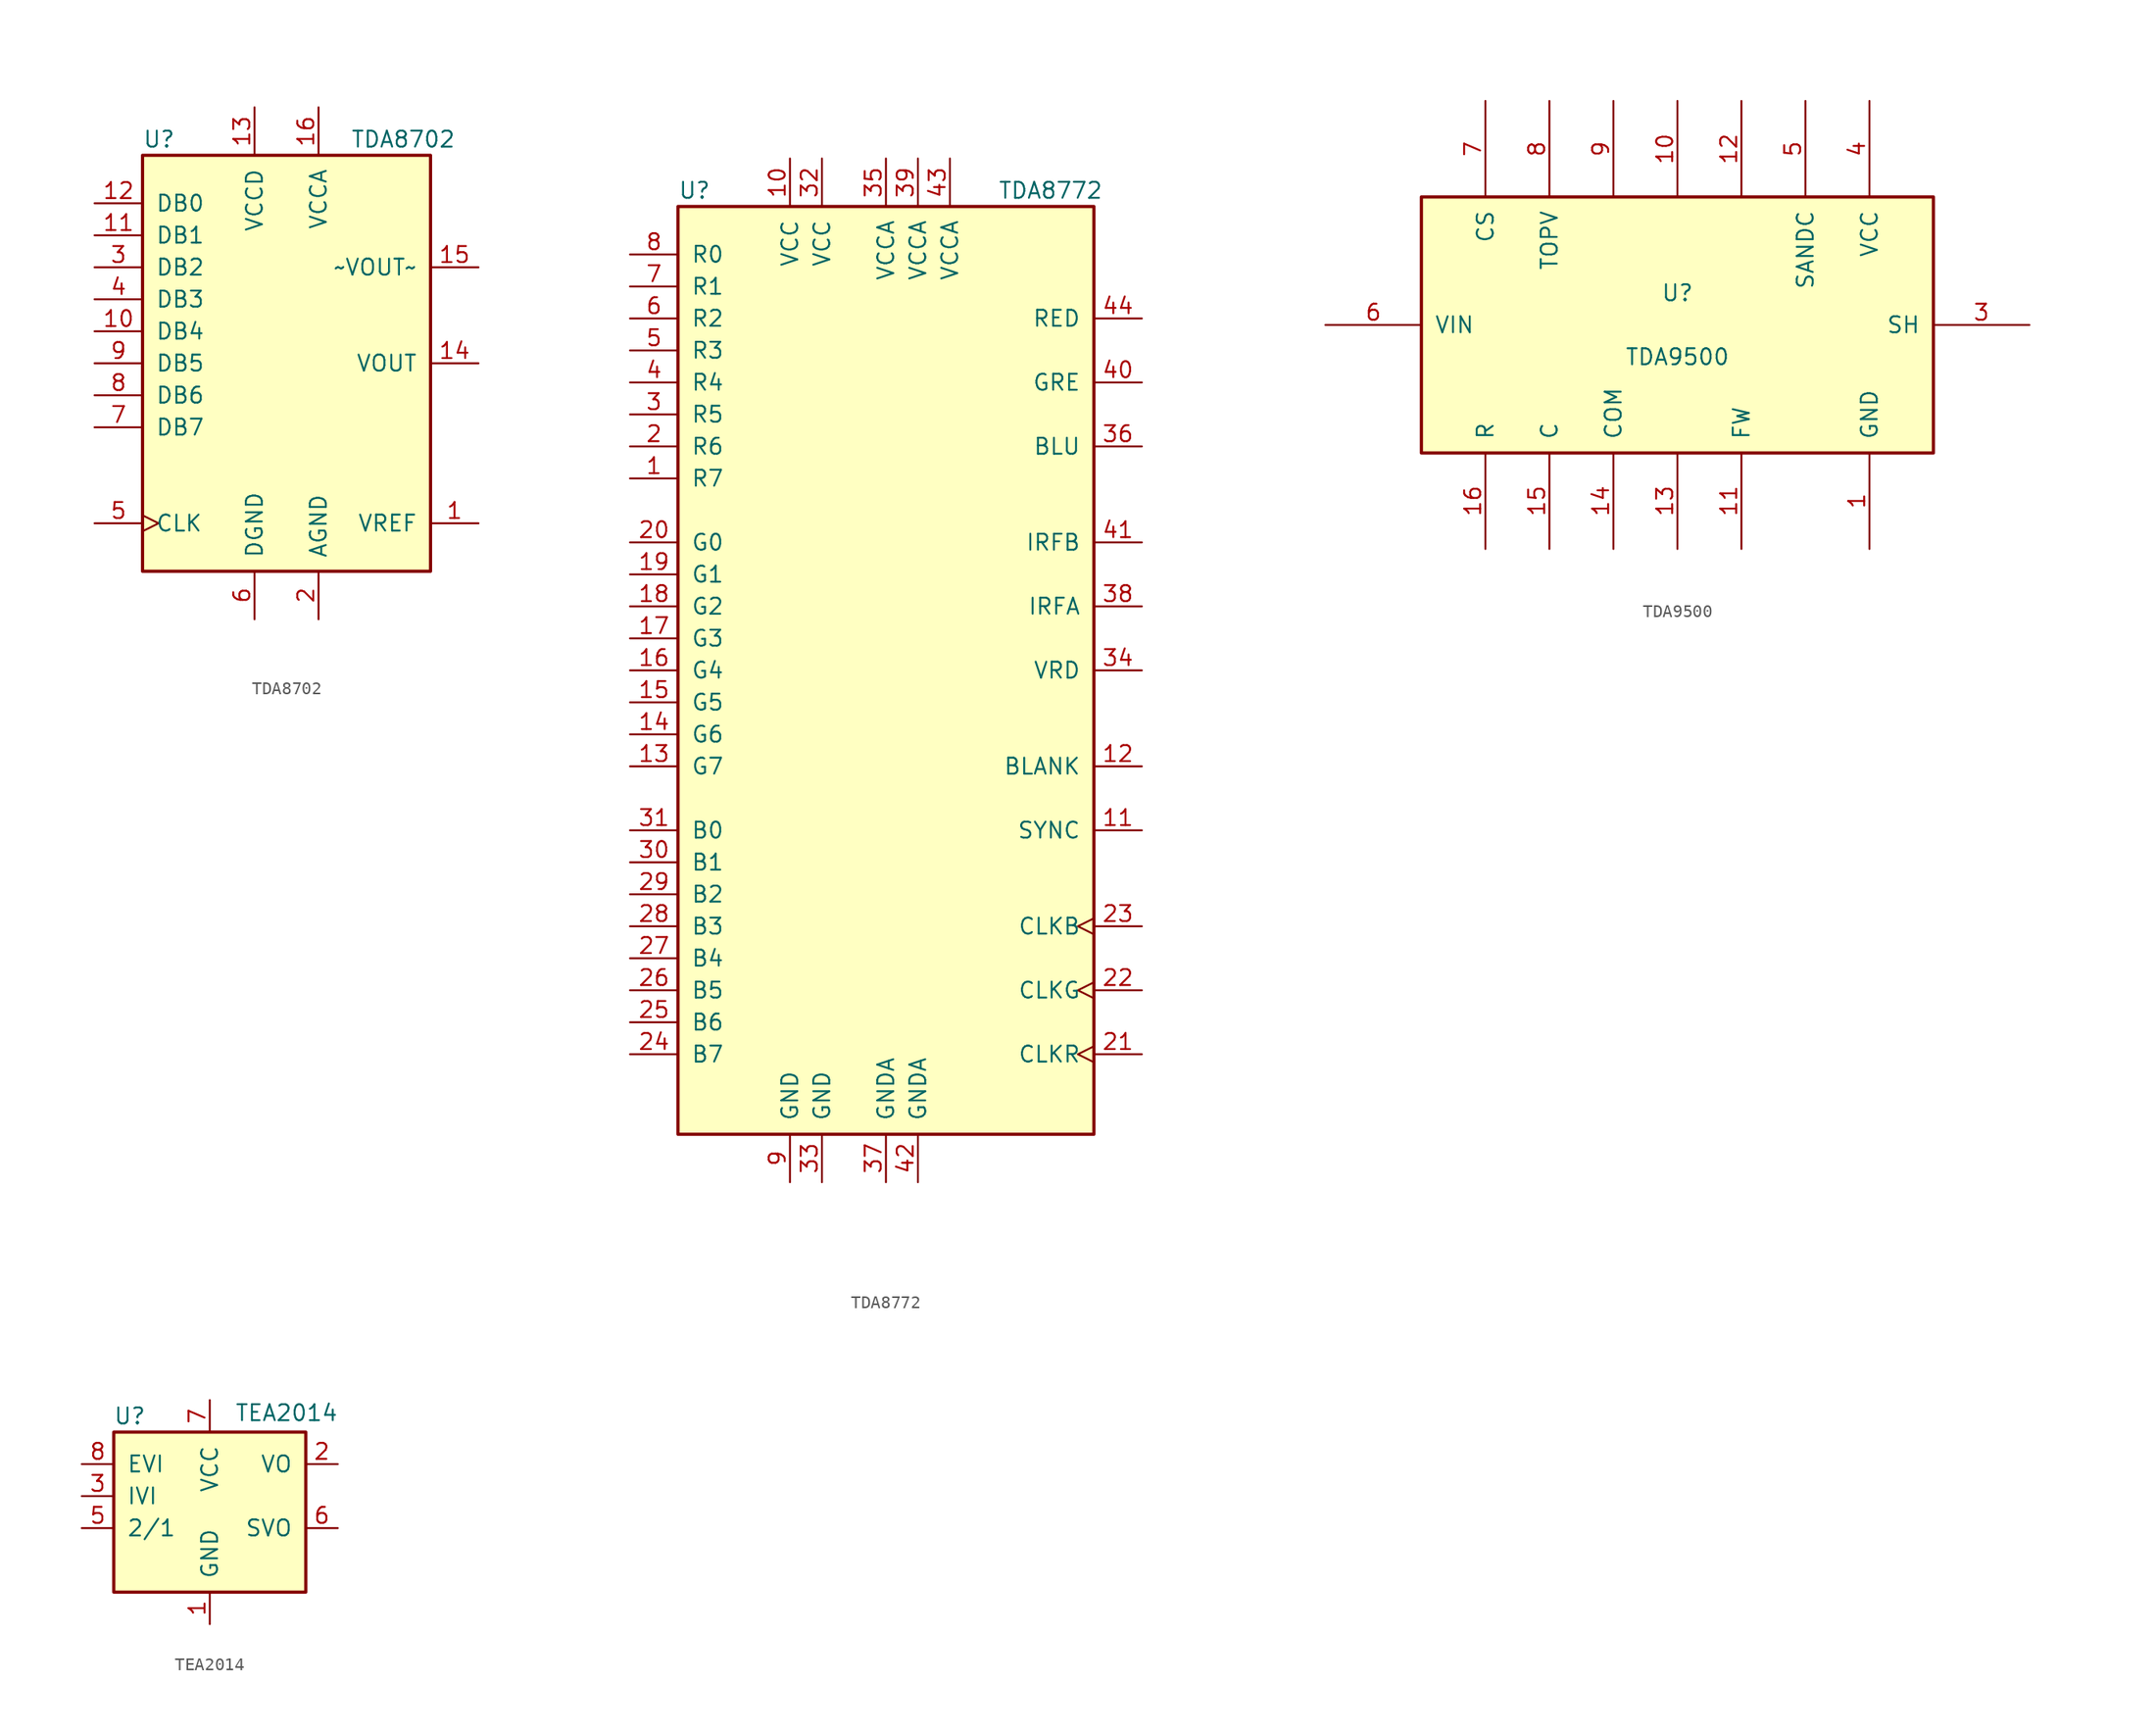
<source format=kicad_sym>
(kicad_symbol_lib
  (version 20241209)
  (generator "kicad_symbol_editor")
  (generator_version "9.0")
  (symbol "TDA8702"
    (pin_names
      (offset 1.016))
    (property "Reference" "U"
      (at -11.43 17.78 0)
      (effects (font (size 1.27 1.27)) (justify left)))
    (property "Value" "TDA8702"
      (at 5.08 17.78 0)
      (effects (font (size 1.27 1.27)) (justify left)))
    (symbol "TDA8702_0_1"
      (rectangle (start -11.43 16.51) (end 11.43 -16.51) (stroke (width 0.254) (type default)) (fill (type background))))
    (symbol "TDA8702_1_1"
      (pin input line (at -15.24 12.7 0) (length 3.81) (name "DB0" (effects (font (size 1.27 1.27)))) (number "12" (effects (font (size 1.27 1.27)))))
      (pin input line (at -15.24 10.16 0) (length 3.81) (name "DB1" (effects (font (size 1.27 1.27)))) (number "11" (effects (font (size 1.27 1.27)))))
      (pin input line (at -15.24 7.62 0) (length 3.81) (name "DB2" (effects (font (size 1.27 1.27)))) (number "3" (effects (font (size 1.27 1.27)))))
      (pin input line (at -15.24 5.08 0) (length 3.81) (name "DB3" (effects (font (size 1.27 1.27)))) (number "4" (effects (font (size 1.27 1.27)))))
      (pin input line (at -15.24 2.54 0) (length 3.81) (name "DB4" (effects (font (size 1.27 1.27)))) (number "10" (effects (font (size 1.27 1.27)))))
      (pin input line (at -15.24 0 0) (length 3.81) (name "DB5" (effects (font (size 1.27 1.27)))) (number "9" (effects (font (size 1.27 1.27)))))
      (pin input line (at -15.24 -2.54 0) (length 3.81) (name "DB6" (effects (font (size 1.27 1.27)))) (number "8" (effects (font (size 1.27 1.27)))))
      (pin input line (at -15.24 -5.08 0) (length 3.81) (name "DB7" (effects (font (size 1.27 1.27)))) (number "7" (effects (font (size 1.27 1.27)))))
      (pin input clock (at -15.24 -12.7 0) (length 3.81) (name "CLK" (effects (font (size 1.27 1.27)))) (number "5" (effects (font (size 1.27 1.27)))))
      (pin power_in line (at -2.54 20.32 270) (length 3.81) (name "VCCD" (effects (font (size 1.27 1.27)))) (number "13" (effects (font (size 1.27 1.27)))))
      (pin power_in line (at -2.54 -20.32 90) (length 3.81) (name "DGND" (effects (font (size 1.27 1.27)))) (number "6" (effects (font (size 1.27 1.27)))))
      (pin power_in line (at 2.54 20.32 270) (length 3.81) (name "VCCA" (effects (font (size 1.27 1.27)))) (number "16" (effects (font (size 1.27 1.27)))))
      (pin power_in line (at 2.54 -20.32 90) (length 3.81) (name "AGND" (effects (font (size 1.27 1.27)))) (number "2" (effects (font (size 1.27 1.27)))))
      (pin output line (at 15.24 7.62 180) (length 3.81) (name "~VOUT~" (effects (font (size 1.27 1.27)))) (number "15" (effects (font (size 1.27 1.27)))))
      (pin output line (at 15.24 0 180) (length 3.81) (name "VOUT" (effects (font (size 1.27 1.27)))) (number "14" (effects (font (size 1.27 1.27)))))
      (pin bidirectional line (at 15.24 -12.7 180) (length 3.81) (name "VREF" (effects (font (size 1.27 1.27)))) (number "1" (effects (font (size 1.27 1.27)))))))
  (symbol "TDA8772"
    (pin_names
      (offset 1.016))
    (property "Reference" "U"
      (at -16.51 38.1 0)
      (effects (font (size 1.27 1.27)) (justify left)))
    (property "Value" "TDA8772"
      (at 8.89 38.1 0)
      (effects (font (size 1.27 1.27)) (justify left)))
    (symbol "TDA8772_0_1"
      (rectangle (start -16.51 -36.83) (end 16.51 36.83) (stroke (width 0.254) (type default)) (fill (type background))))
    (symbol "TDA8772_1_1"
      (pin input line (at -20.32 33.02 0) (length 3.81) (name "R0" (effects (font (size 1.27 1.27)))) (number "8" (effects (font (size 1.27 1.27)))))
      (pin input line (at -20.32 30.48 0) (length 3.81) (name "R1" (effects (font (size 1.27 1.27)))) (number "7" (effects (font (size 1.27 1.27)))))
      (pin input line (at -20.32 27.94 0) (length 3.81) (name "R2" (effects (font (size 1.27 1.27)))) (number "6" (effects (font (size 1.27 1.27)))))
      (pin input line (at -20.32 25.4 0) (length 3.81) (name "R3" (effects (font (size 1.27 1.27)))) (number "5" (effects (font (size 1.27 1.27)))))
      (pin input line (at -20.32 22.86 0) (length 3.81) (name "R4" (effects (font (size 1.27 1.27)))) (number "4" (effects (font (size 1.27 1.27)))))
      (pin input line (at -20.32 20.32 0) (length 3.81) (name "R5" (effects (font (size 1.27 1.27)))) (number "3" (effects (font (size 1.27 1.27)))))
      (pin input line (at -20.32 17.78 0) (length 3.81) (name "R6" (effects (font (size 1.27 1.27)))) (number "2" (effects (font (size 1.27 1.27)))))
      (pin input line (at -20.32 15.24 0) (length 3.81) (name "R7" (effects (font (size 1.27 1.27)))) (number "1" (effects (font (size 1.27 1.27)))))
      (pin input line (at -20.32 10.16 0) (length 3.81) (name "G0" (effects (font (size 1.27 1.27)))) (number "20" (effects (font (size 1.27 1.27)))))
      (pin input line (at -20.32 7.62 0) (length 3.81) (name "G1" (effects (font (size 1.27 1.27)))) (number "19" (effects (font (size 1.27 1.27)))))
      (pin input line (at -20.32 5.08 0) (length 3.81) (name "G2" (effects (font (size 1.27 1.27)))) (number "18" (effects (font (size 1.27 1.27)))))
      (pin input line (at -20.32 2.54 0) (length 3.81) (name "G3" (effects (font (size 1.27 1.27)))) (number "17" (effects (font (size 1.27 1.27)))))
      (pin input line (at -20.32 0 0) (length 3.81) (name "G4" (effects (font (size 1.27 1.27)))) (number "16" (effects (font (size 1.27 1.27)))))
      (pin input line (at -20.32 -2.54 0) (length 3.81) (name "G5" (effects (font (size 1.27 1.27)))) (number "15" (effects (font (size 1.27 1.27)))))
      (pin input line (at -20.32 -5.08 0) (length 3.81) (name "G6" (effects (font (size 1.27 1.27)))) (number "14" (effects (font (size 1.27 1.27)))))
      (pin input line (at -20.32 -7.62 0) (length 3.81) (name "G7" (effects (font (size 1.27 1.27)))) (number "13" (effects (font (size 1.27 1.27)))))
      (pin input line (at -20.32 -12.7 0) (length 3.81) (name "B0" (effects (font (size 1.27 1.27)))) (number "31" (effects (font (size 1.27 1.27)))))
      (pin input line (at -20.32 -15.24 0) (length 3.81) (name "B1" (effects (font (size 1.27 1.27)))) (number "30" (effects (font (size 1.27 1.27)))))
      (pin input line (at -20.32 -17.78 0) (length 3.81) (name "B2" (effects (font (size 1.27 1.27)))) (number "29" (effects (font (size 1.27 1.27)))))
      (pin input line (at -20.32 -20.32 0) (length 3.81) (name "B3" (effects (font (size 1.27 1.27)))) (number "28" (effects (font (size 1.27 1.27)))))
      (pin input line (at -20.32 -22.86 0) (length 3.81) (name "B4" (effects (font (size 1.27 1.27)))) (number "27" (effects (font (size 1.27 1.27)))))
      (pin input line (at -20.32 -25.4 0) (length 3.81) (name "B5" (effects (font (size 1.27 1.27)))) (number "26" (effects (font (size 1.27 1.27)))))
      (pin input line (at -20.32 -27.94 0) (length 3.81) (name "B6" (effects (font (size 1.27 1.27)))) (number "25" (effects (font (size 1.27 1.27)))))
      (pin input line (at -20.32 -30.48 0) (length 3.81) (name "B7" (effects (font (size 1.27 1.27)))) (number "24" (effects (font (size 1.27 1.27)))))
      (pin power_in line (at -7.62 40.64 270) (length 3.81) (name "VCC" (effects (font (size 1.27 1.27)))) (number "10" (effects (font (size 1.27 1.27)))))
      (pin power_in line (at -7.62 -40.64 90) (length 3.81) (name "GND" (effects (font (size 1.27 1.27)))) (number "9" (effects (font (size 1.27 1.27)))))
      (pin power_in line (at -5.08 40.64 270) (length 3.81) (name "VCC" (effects (font (size 1.27 1.27)))) (number "32" (effects (font (size 1.27 1.27)))))
      (pin power_in line (at -5.08 -40.64 90) (length 3.81) (name "GND" (effects (font (size 1.27 1.27)))) (number "33" (effects (font (size 1.27 1.27)))))
      (pin power_in line (at 0 40.64 270) (length 3.81) (name "VCCA" (effects (font (size 1.27 1.27)))) (number "35" (effects (font (size 1.27 1.27)))))
      (pin power_in line (at 0 -40.64 90) (length 3.81) (name "GNDA" (effects (font (size 1.27 1.27)))) (number "37" (effects (font (size 1.27 1.27)))))
      (pin power_in line (at 2.54 40.64 270) (length 3.81) (name "VCCA" (effects (font (size 1.27 1.27)))) (number "39" (effects (font (size 1.27 1.27)))))
      (pin power_in line (at 2.54 -40.64 90) (length 3.81) (name "GNDA" (effects (font (size 1.27 1.27)))) (number "42" (effects (font (size 1.27 1.27)))))
      (pin power_in line (at 5.08 40.64 270) (length 3.81) (name "VCCA" (effects (font (size 1.27 1.27)))) (number "43" (effects (font (size 1.27 1.27)))))
      (pin output line (at 20.32 27.94 180) (length 3.81) (name "RED" (effects (font (size 1.27 1.27)))) (number "44" (effects (font (size 1.27 1.27)))))
      (pin output line (at 20.32 22.86 180) (length 3.81) (name "GRE" (effects (font (size 1.27 1.27)))) (number "40" (effects (font (size 1.27 1.27)))))
      (pin output line (at 20.32 17.78 180) (length 3.81) (name "BLU" (effects (font (size 1.27 1.27)))) (number "36" (effects (font (size 1.27 1.27)))))
      (pin passive line (at 20.32 10.16 180) (length 3.81) (name "IRFB" (effects (font (size 1.27 1.27)))) (number "41" (effects (font (size 1.27 1.27)))))
      (pin passive line (at 20.32 5.08 180) (length 3.81) (name "IRFA" (effects (font (size 1.27 1.27)))) (number "38" (effects (font (size 1.27 1.27)))))
      (pin input line (at 20.32 0 180) (length 3.81) (name "VRD" (effects (font (size 1.27 1.27)))) (number "34" (effects (font (size 1.27 1.27)))))
      (pin input line (at 20.32 -7.62 180) (length 3.81) (name "BLANK" (effects (font (size 1.27 1.27)))) (number "12" (effects (font (size 1.27 1.27)))))
      (pin input line (at 20.32 -12.7 180) (length 3.81) (name "SYNC" (effects (font (size 1.27 1.27)))) (number "11" (effects (font (size 1.27 1.27)))))
      (pin input clock (at 20.32 -20.32 180) (length 3.81) (name "CLKB" (effects (font (size 1.27 1.27)))) (number "23" (effects (font (size 1.27 1.27)))))
      (pin input clock (at 20.32 -25.4 180) (length 3.81) (name "CLKG" (effects (font (size 1.27 1.27)))) (number "22" (effects (font (size 1.27 1.27)))))
      (pin input clock (at 20.32 -30.48 180) (length 3.81) (name "CLKR" (effects (font (size 1.27 1.27)))) (number "21" (effects (font (size 1.27 1.27)))))))
  (symbol "TDA9500"
    (pin_names
      (offset 1.016))
    (property "Reference" "U"
      (at 0 2.54 0)
      (effects (font (size 1.27 1.27))))
    (property "Value" "TDA9500"
      (at 0 -2.54 0)
      (effects (font (size 1.27 1.27))))
    (symbol "TDA9500_0_1"
      (rectangle (start -20.32 -10.16) (end 20.32 10.16) (stroke (width 0.254) (type default)) (fill (type background))))
    (symbol "TDA9500_1_1"
      (pin power_in line (at -27.94 0 0) (length 7.62) (name "VIN" (effects (font (size 1.27 1.27)))) (number "6" (effects (font (size 1.27 1.27)))))
      (pin output line (at -15.24 17.78 270) (length 7.62) (name "CS" (effects (font (size 1.27 1.27)))) (number "7" (effects (font (size 1.27 1.27)))))
      (pin input line (at -15.24 -17.78 90) (length 7.62) (name "R" (effects (font (size 1.27 1.27)))) (number "16" (effects (font (size 1.27 1.27)))))
      (pin output line (at -10.16 17.78 270) (length 7.62) (name "TOPV" (effects (font (size 1.27 1.27)))) (number "8" (effects (font (size 1.27 1.27)))))
      (pin input line (at -10.16 -17.78 90) (length 7.62) (name "C" (effects (font (size 1.27 1.27)))) (number "15" (effects (font (size 1.27 1.27)))))
      (pin passive line (at -5.08 17.78 270) (length 7.62) (name "~" (effects (font (size 1.27 1.27)))) (number "9" (effects (font (size 1.27 1.27)))))
      (pin passive line (at -5.08 -17.78 90) (length 7.62) (name "COM" (effects (font (size 1.27 1.27)))) (number "14" (effects (font (size 1.27 1.27)))))
      (pin passive line (at 0 17.78 270) (length 7.62) (name "~" (effects (font (size 1.27 1.27)))) (number "10" (effects (font (size 1.27 1.27)))))
      (pin passive line (at 0 -17.78 90) (length 7.62) (name "~" (effects (font (size 1.27 1.27)))) (number "13" (effects (font (size 1.27 1.27)))))
      (pin passive line (at 5.08 17.78 270) (length 7.62) (name "~" (effects (font (size 1.27 1.27)))) (number "12" (effects (font (size 1.27 1.27)))))
      (pin input line (at 5.08 -17.78 90) (length 7.62) (name "FW" (effects (font (size 1.27 1.27)))) (number "11" (effects (font (size 1.27 1.27)))))
      (pin output line (at 10.16 17.78 270) (length 7.62) (name "SANDC" (effects (font (size 1.27 1.27)))) (number "5" (effects (font (size 1.27 1.27)))))
      (pin power_in line (at 15.24 17.78 270) (length 7.62) (name "VCC" (effects (font (size 1.27 1.27)))) (number "4" (effects (font (size 1.27 1.27)))))
      (pin power_in line (at 15.24 -17.78 90) (length 7.62) (name "GND" (effects (font (size 1.27 1.27)))) (number "1" (effects (font (size 1.27 1.27)))))
      (pin output line (at 27.94 0 180) (length 7.62) (name "SH" (effects (font (size 1.27 1.27)))) (number "3" (effects (font (size 1.27 1.27)))))))
  (symbol "TEA2014"
    (pin_names
      (offset 1.016))
    (property "Reference" "U"
      (at -6.35 6.35 0)
      (effects (font (size 1.27 1.27))))
    (property "Value" "TEA2014"
      (at 6.096 6.604 0)
      (effects (font (size 1.27 1.27))))
    (symbol "TEA2014_0_1"
      (rectangle (start -7.62 5.08) (end 7.62 -7.62) (stroke (width 0.254) (type default)) (fill (type background))))
    (symbol "TEA2014_1_1"
      (pin input line (at -10.16 2.54 0) (length 2.54) (name "EVI" (effects (font (size 1.27 1.27)))) (number "8" (effects (font (size 1.27 1.27)))))
      (pin input line (at -10.16 0 0) (length 2.54) (name "IVI" (effects (font (size 1.27 1.27)))) (number "3" (effects (font (size 1.27 1.27)))))
      (pin input line (at -10.16 -2.54 0) (length 2.54) (name "2/1" (effects (font (size 1.27 1.27)))) (number "5" (effects (font (size 1.27 1.27)))))
      (pin power_in line (at 0 7.62 270) (length 2.54) (name "VCC" (effects (font (size 1.27 1.27)))) (number "7" (effects (font (size 1.27 1.27)))))
      (pin power_in line (at 0 -10.16 90) (length 2.54) (name "GND" (effects (font (size 1.27 1.27)))) (number "1" (effects (font (size 1.27 1.27)))))
      (pin no_connect line (at 7.62 0 180) (length 2.54) (hide yes) (name "NC" (effects (font (size 1.27 1.27)))) (number "4" (effects (font (size 1.27 1.27)))))
      (pin output line (at 10.16 2.54 180) (length 2.54) (name "VO" (effects (font (size 1.27 1.27)))) (number "2" (effects (font (size 1.27 1.27)))))
      (pin output line (at 10.16 -2.54 180) (length 2.54) (name "SVO" (effects (font (size 1.27 1.27)))) (number "6" (effects (font (size 1.27 1.27))))))))
</source>
